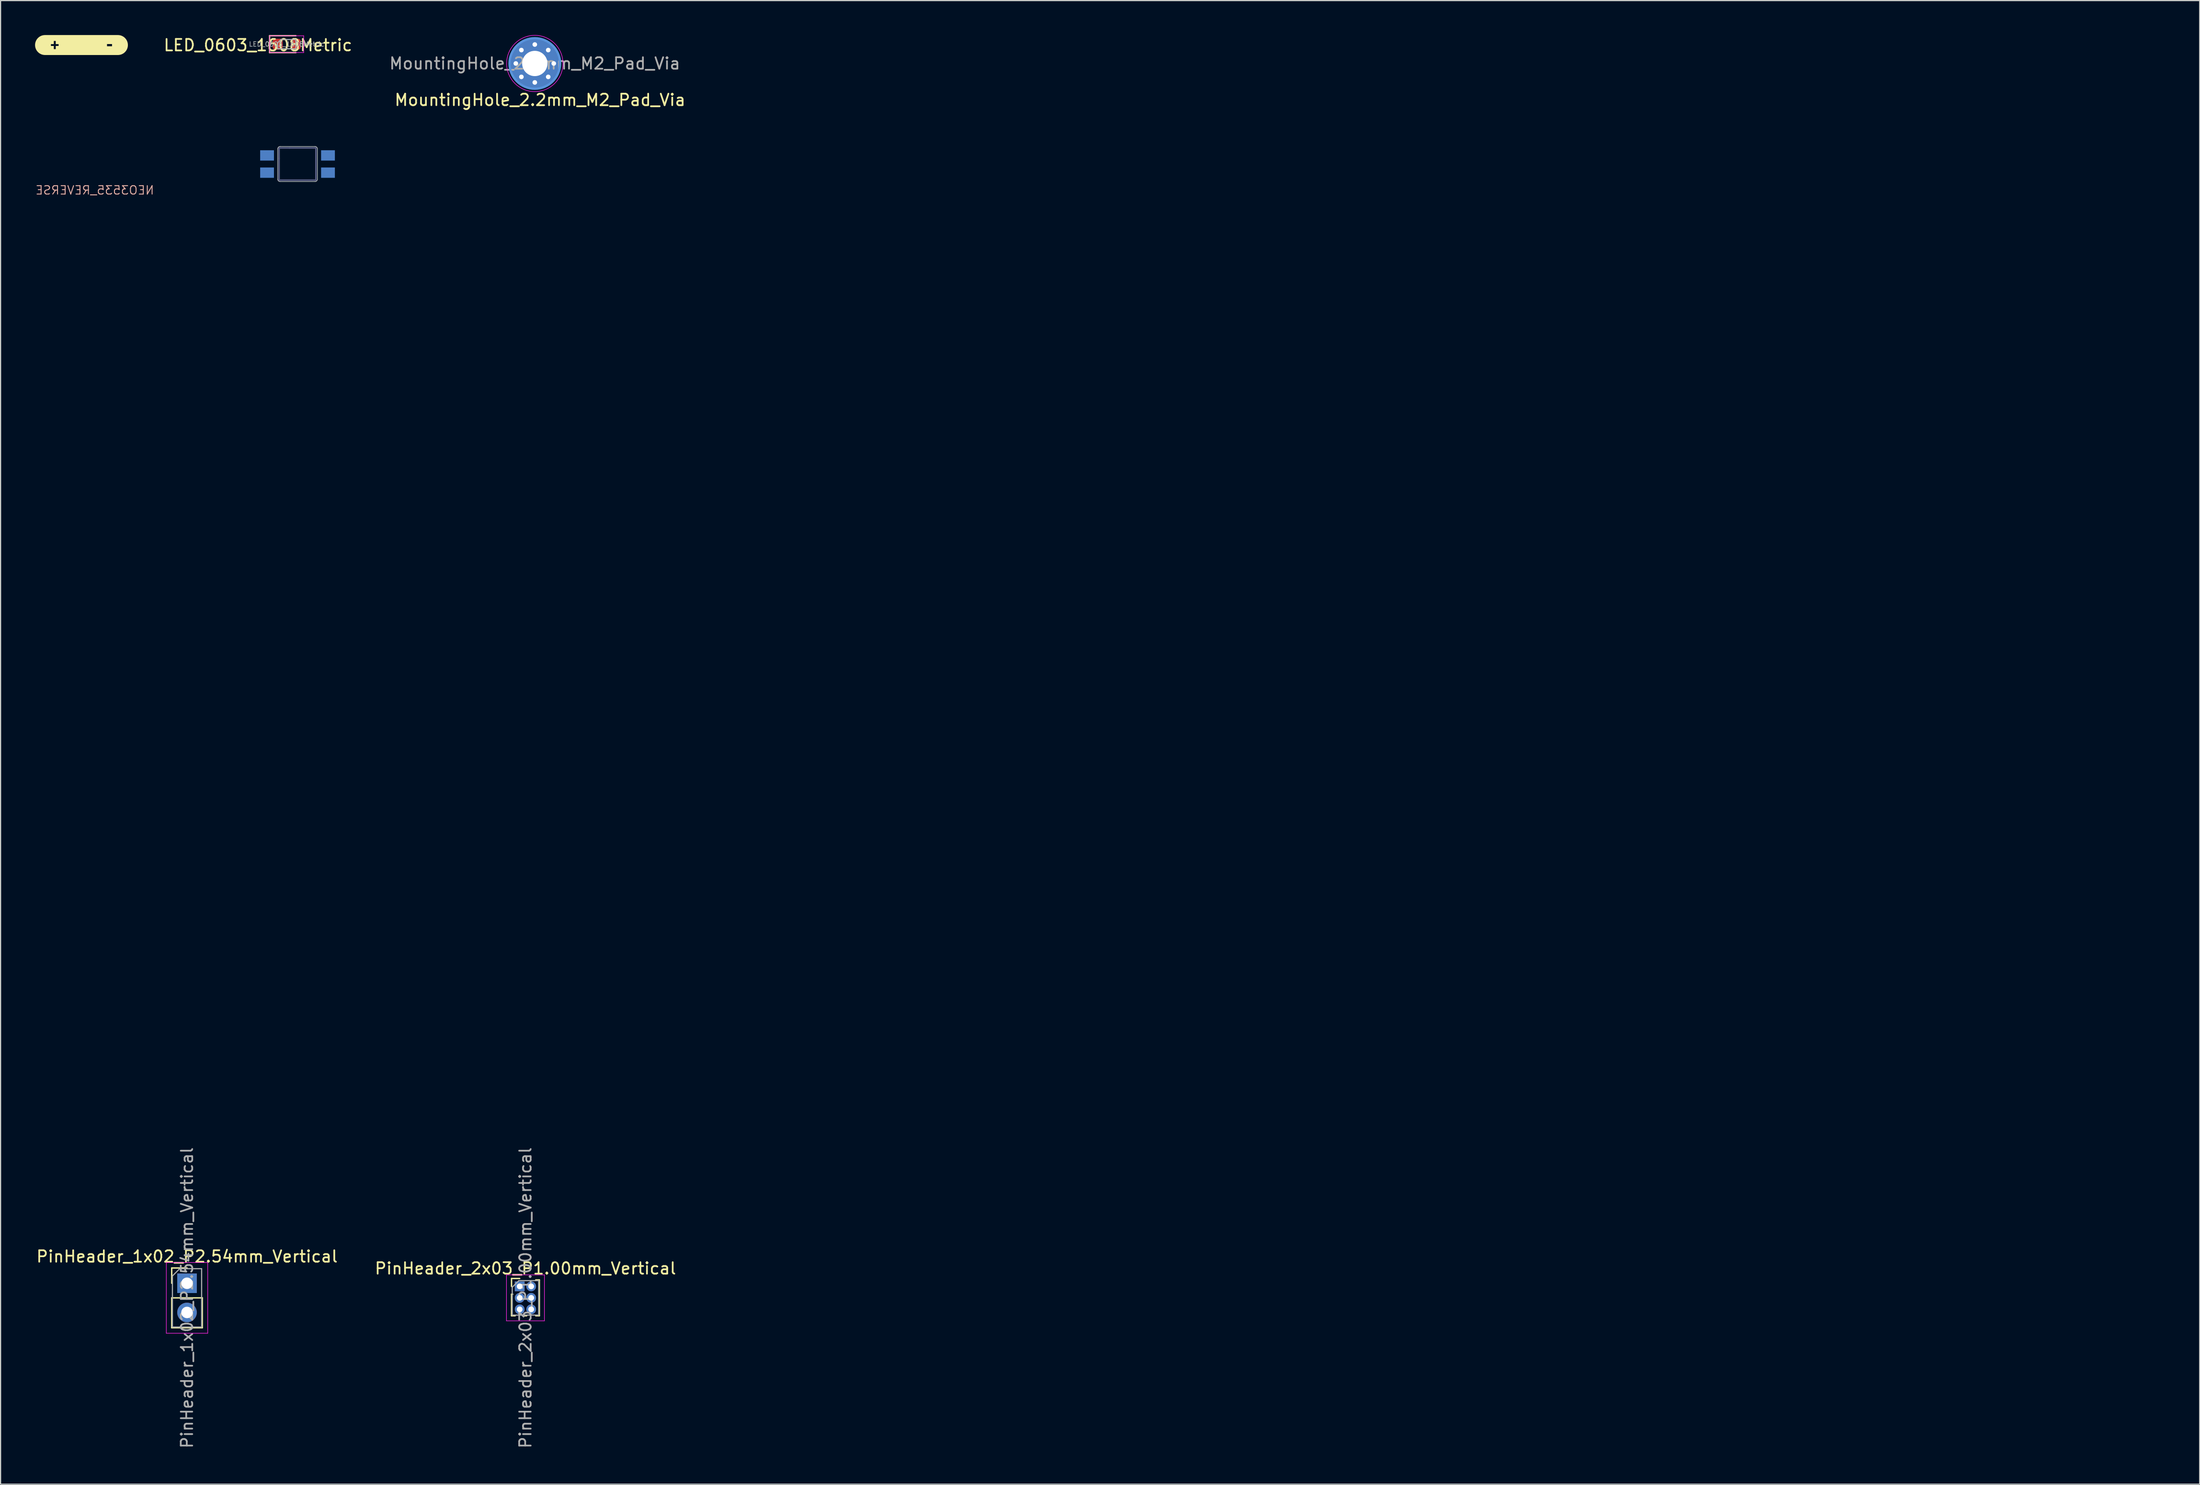
<source format=kicad_pcb>
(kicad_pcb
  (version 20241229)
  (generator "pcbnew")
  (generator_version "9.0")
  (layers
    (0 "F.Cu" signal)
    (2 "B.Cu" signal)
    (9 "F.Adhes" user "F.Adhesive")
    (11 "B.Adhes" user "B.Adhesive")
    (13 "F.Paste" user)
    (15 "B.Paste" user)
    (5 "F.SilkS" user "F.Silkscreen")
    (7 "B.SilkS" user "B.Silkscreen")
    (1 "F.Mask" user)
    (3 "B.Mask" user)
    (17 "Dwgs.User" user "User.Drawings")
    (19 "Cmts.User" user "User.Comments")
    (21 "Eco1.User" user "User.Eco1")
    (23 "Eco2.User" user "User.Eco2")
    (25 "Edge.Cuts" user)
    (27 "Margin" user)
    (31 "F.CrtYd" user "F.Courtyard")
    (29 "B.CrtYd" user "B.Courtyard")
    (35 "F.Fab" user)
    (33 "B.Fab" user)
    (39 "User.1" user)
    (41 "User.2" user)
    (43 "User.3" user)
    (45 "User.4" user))
  (footprint "PinHeader_1x02_P2.54mm_Vertical"
    (layer "F.Cu")
    (at 13.22 108.65)
    (property "Reference" "PinHeader_1x02_P2.54mm_Vertical" (at 0 -2.33 180) (layer "F.SilkS") (effects (font (size 1 1) (thickness 0.15))))
    (attr through_hole)
    (fp_line (start -1.33 -1.33) (end 0 -1.33) (stroke (width 0.12) (type solid)) (layer "F.SilkS"))
    (fp_line (start -1.33 0) (end -1.33 -1.33) (stroke (width 0.12) (type solid)) (layer "F.SilkS"))
    (fp_line (start -1.33 1.27) (end -1.33 3.87) (stroke (width 0.12) (type solid)) (layer "F.SilkS"))
    (fp_line (start -1.33 1.27) (end 1.33 1.27) (stroke (width 0.12) (type solid)) (layer "F.SilkS"))
    (fp_line (start -1.33 3.87) (end 1.33 3.87) (stroke (width 0.12) (type solid)) (layer "F.SilkS"))
    (fp_line (start 1.33 1.27) (end 1.33 3.87) (stroke (width 0.12) (type solid)) (layer "F.SilkS"))
    (fp_line (start -1.8 -1.8) (end -1.8 4.35) (stroke (width 0.05) (type solid)) (layer "F.CrtYd"))
    (fp_line (start -1.8 4.35) (end 1.8 4.35) (stroke (width 0.05) (type solid)) (layer "F.CrtYd"))
    (fp_line (start 1.8 -1.8) (end -1.8 -1.8) (stroke (width 0.05) (type solid)) (layer "F.CrtYd"))
    (fp_line (start 1.8 4.35) (end 1.8 -1.8) (stroke (width 0.05) (type solid)) (layer "F.CrtYd"))
    (fp_line (start -1.27 -0.635) (end -0.635 -1.27) (stroke (width 0.1) (type solid)) (layer "F.Fab"))
    (fp_line (start -1.27 3.81) (end -1.27 -0.635) (stroke (width 0.1) (type solid)) (layer "F.Fab"))
    (fp_line (start -0.635 -1.27) (end 1.27 -1.27) (stroke (width 0.1) (type solid)) (layer "F.Fab"))
    (fp_line (start 1.27 -1.27) (end 1.27 3.81) (stroke (width 0.1) (type solid)) (layer "F.Fab"))
    (fp_line (start 1.27 3.81) (end -1.27 3.81) (stroke (width 0.1) (type solid)) (layer "F.Fab"))
    (fp_text user "${REFERENCE}" (at 0 1.27 270) (layer "F.Fab") (effects (font (size 1 1) (thickness 0.15))))
    (pad "1" thru_hole rect (at 0 0) (size 1.7 1.7) (drill 1) (layers "*.Cu" "*.Mask"))
    (pad "2" thru_hole oval (at 0 2.54) (size 1.7 1.7) (drill 1) (layers "*.Cu" "*.Mask")))
  (footprint "PinHeader_2x03_P1.00mm_Vertical"
    (layer "F.Cu")
    (at 42.161 108.92)
    (property "Reference" "PinHeader_2x03_P1.00mm_Vertical" (at 0.5 -1.56 0) (layer "F.SilkS") (effects (font (size 1 1) (thickness 0.15))))
    (attr through_hole)
    (fp_line (start -0.71 -0.685) (end 0 -0.685) (stroke (width 0.12) (type solid)) (layer "F.SilkS"))
    (fp_line (start -0.71 0) (end -0.71 -0.685) (stroke (width 0.12) (type solid)) (layer "F.SilkS"))
    (fp_line (start -0.71 0.685) (end -0.71 2.56) (stroke (width 0.12) (type solid)) (layer "F.SilkS"))
    (fp_line (start -0.71 0.685) (end -0.608 0.685) (stroke (width 0.12) (type solid)) (layer "F.SilkS"))
    (fp_line (start -0.71 2.56) (end -0.394 2.56) (stroke (width 0.12) (type solid)) (layer "F.SilkS"))
    (fp_line (start 0.394 2.56) (end 0.606 2.56) (stroke (width 0.12) (type solid)) (layer "F.SilkS"))
    (fp_line (start 1.394 -0.56) (end 1.71 -0.56) (stroke (width 0.12) (type solid)) (layer "F.SilkS"))
    (fp_line (start 1.394 2.56) (end 1.71 2.56) (stroke (width 0.12) (type solid)) (layer "F.SilkS"))
    (fp_line (start 1.71 -0.56) (end 1.71 2.56) (stroke (width 0.12) (type solid)) (layer "F.SilkS"))
    (fp_line (start -1.15 -1) (end -1.15 3) (stroke (width 0.05) (type solid)) (layer "F.CrtYd"))
    (fp_line (start -1.15 3) (end 2.15 3) (stroke (width 0.05) (type solid)) (layer "F.CrtYd"))
    (fp_line (start 2.15 -1) (end -1.15 -1) (stroke (width 0.05) (type solid)) (layer "F.CrtYd"))
    (fp_line (start 2.15 3) (end 2.15 -1) (stroke (width 0.05) (type solid)) (layer "F.CrtYd"))
    (fp_line (start -0.65 0.075) (end -0.075 -0.5) (stroke (width 0.1) (type solid)) (layer "F.Fab"))
    (fp_line (start -0.65 2.5) (end -0.65 0.075) (stroke (width 0.1) (type solid)) (layer "F.Fab"))
    (fp_line (start -0.075 -0.5) (end 1.65 -0.5) (stroke (width 0.1) (type solid)) (layer "F.Fab"))
    (fp_line (start 1.65 -0.5) (end 1.65 2.5) (stroke (width 0.1) (type solid)) (layer "F.Fab"))
    (fp_line (start 1.65 2.5) (end -0.65 2.5) (stroke (width 0.1) (type solid)) (layer "F.Fab"))
    (fp_text user "${REFERENCE}" (at 0.5 1 90) (layer "F.Fab") (effects (font (size 1 1) (thickness 0.15))))
    (pad "1" thru_hole rect (at 0 0) (size 0.85 0.85) (drill 0.5) (layers "*.Cu" "*.Mask"))
    (pad "2" thru_hole oval (at 1 0) (size 0.85 0.85) (drill 0.5) (layers "*.Cu" "*.Mask"))
    (pad "3" thru_hole oval (at 0 1) (size 0.85 0.85) (drill 0.5) (layers "*.Cu" "*.Mask"))
    (pad "4" thru_hole oval (at 1 1) (size 0.85 0.85) (drill 0.5) (layers "*.Cu" "*.Mask"))
    (pad "5" thru_hole oval (at 0 2) (size 0.85 0.85) (drill 0.5) (layers "*.Cu" "*.Mask"))
    (pad "6" thru_hole oval (at 1 2) (size 0.85 0.85) (drill 0.5) (layers "*.Cu" "*.Mask")))
  (footprint "NEO3535_REVERSE"
    (layer "F.Cu")
    (at 22.833 11.228)
    (property "Reference" "NEO3535_REVERSE" (at -12.424 2.708 0) (layer "B.SilkS") (effects (font (size 0.732 0.732) (thickness 0.081)) (justify left bottom mirror)))
    (fp_line (start -1.72 -1.325) (end -1.72 1.325) (stroke (width 0.05) (type solid)) (layer "Edge.Cuts"))
    (fp_line (start -1.52 1.525) (end 1.53 1.525) (stroke (width 0.05) (type solid)) (layer "Edge.Cuts"))
    (fp_line (start 1.53 -1.525) (end -1.52 -1.525) (stroke (width 0.05) (type solid)) (layer "Edge.Cuts"))
    (fp_line (start 1.73 1.325) (end 1.73 -1.325) (stroke (width 0.05) (type solid)) (layer "Edge.Cuts"))
    (fp_arc (start -1.72 -1.325) (mid -1.661421 -1.466421) (end -1.52 -1.525) (stroke (width 0.05) (type solid)) (layer "Edge.Cuts"))
    (fp_arc (start -1.52 1.525) (mid -1.661421 1.466421) (end -1.72 1.325) (stroke (width 0.05) (type solid)) (layer "Edge.Cuts"))
    (fp_arc (start 1.53 -1.525) (mid 1.671421 -1.466421) (end 1.73 -1.325) (stroke (width 0.05) (type solid)) (layer "Edge.Cuts"))
    (fp_arc (start 1.73 1.325) (mid 1.671421 1.466421) (end 1.53 1.525) (stroke (width 0.05) (type solid)) (layer "Edge.Cuts"))
    (fp_line (start -1.6 -1.4) (end -0.7 -1.4) (stroke (width 0.127) (type solid)) (layer "B.Fab"))
    (fp_line (start -1.6 -0.5) (end -1.6 -1.4) (stroke (width 0.127) (type solid)) (layer "B.Fab"))
    (fp_line (start -1.6 1.4) (end -1.6 -0.5) (stroke (width 0.127) (type solid)) (layer "B.Fab"))
    (fp_line (start -0.7 -1.4) (end 1.6 -1.4) (stroke (width 0.127) (type solid)) (layer "B.Fab"))
    (fp_line (start 1.6 -1.4) (end 1.6 1.4) (stroke (width 0.127) (type solid)) (layer "B.Fab"))
    (fp_line (start 1.6 1.4) (end -1.6 1.4) (stroke (width 0.127) (type solid)) (layer "B.Fab"))
    (pad "1-VDD" smd rect (at 2.65 0.75) (size 1.2 0.9) (layers "B.Cu" "B.Mask" "B.Paste"))
    (pad "2-DOUT" smd rect (at 2.65 -0.75) (size 1.2 0.9) (layers "B.Cu" "B.Mask" "B.Paste"))
    (pad "3-GND" smd rect (at -2.65 -0.75) (size 1.2 0.9) (layers "B.Cu" "B.Mask" "B.Paste"))
    (pad "4-DIN" smd rect (at -2.65 0.75) (size 1.2 0.9) (layers "B.Cu" "B.Mask" "B.Paste"))
    (zone (net_name "") (layer "F.Cu") (hatch edge 0.508) (connect_pads) (min_thickness 0.254) (filled_areas_thickness no) (keepout (tracks not_allowed) (vias not_allowed) (pads not_allowed) (copperpour not_allowed) (footprints allowed)) (placement (enabled no)) (fill) (polygon (pts (xy 181.512 93.7) (xy 185.312 93.7) (xy 185.312 90.3) (xy 181.512 90.3))))
    (zone (net_name "") (layers "F.Cu" "F.Mask" "B.Cu" "B.Mask") (name "cutout") (hatch edge 0.508) (connect_pads) (min_thickness 0.254) (filled_areas_thickness no) (keepout (tracks not_allowed) (vias not_allowed) (pads not_allowed) (copperpour not_allowed) (footprints allowed)) (placement (enabled no)) (fill (island_removal_mode 2) (island_area_min 10)) (polygon (pts (xy 20.973 9.498) (xy 24.623 9.498) (xy 24.623 13.028) (xy 20.883 13.028))))
    (zone (net_name "") (layer "B.Cu") (hatch edge 0.508) (connect_pads) (min_thickness 0.254) (filled_areas_thickness no) (keepout (tracks not_allowed) (vias not_allowed) (pads not_allowed) (copperpour not_allowed) (footprints allowed)) (placement (enabled no)) (fill) (polygon (pts (xy 181.512 93.7) (xy 185.312 93.7) (xy 185.312 90.3) (xy 181.512 90.3)))))
  (footprint "LED_0603_1608Metric"
    (layer "F.Cu")
    (at 21.889 0.795)
    (property "Reference" "LED_0603_1608Metric" (at -2.497 0.09 0) (layer "F.SilkS") (effects (font (size 1 1) (thickness 0.15))))
    (attr smd)
    (fp_line (start -1.485 -0.735) (end -1.485 0.735) (stroke (width 0.12) (type solid)) (layer "F.SilkS"))
    (fp_line (start -1.485 0.735) (end 0.8 0.735) (stroke (width 0.12) (type solid)) (layer "F.SilkS"))
    (fp_line (start 0.8 -0.735) (end -1.485 -0.735) (stroke (width 0.12) (type solid)) (layer "F.SilkS"))
    (fp_line (start -1.48 -0.73) (end 1.48 -0.73) (stroke (width 0.05) (type solid)) (layer "F.CrtYd"))
    (fp_line (start -1.48 0.73) (end -1.48 -0.73) (stroke (width 0.05) (type solid)) (layer "F.CrtYd"))
    (fp_line (start 1.48 -0.73) (end 1.48 0.73) (stroke (width 0.05) (type solid)) (layer "F.CrtYd"))
    (fp_line (start 1.48 0.73) (end -1.48 0.73) (stroke (width 0.05) (type solid)) (layer "F.CrtYd"))
    (fp_line (start -0.8 -0.1) (end -0.8 0.4) (stroke (width 0.1) (type solid)) (layer "F.Fab"))
    (fp_line (start -0.8 0.4) (end 0.8 0.4) (stroke (width 0.1) (type solid)) (layer "F.Fab"))
    (fp_line (start -0.5 -0.4) (end -0.8 -0.1) (stroke (width 0.1) (type solid)) (layer "F.Fab"))
    (fp_line (start 0.8 -0.4) (end -0.5 -0.4) (stroke (width 0.1) (type solid)) (layer "F.Fab"))
    (fp_line (start 0.8 0.4) (end 0.8 -0.4) (stroke (width 0.1) (type solid)) (layer "F.Fab"))
    (fp_text user "${REFERENCE}" (at 0 0 0) (layer "F.Fab") (effects (font (size 0.4 0.4) (thickness 0.06))))
    (pad "1" smd roundrect (at -0.787 0) (size 0.875 0.95) (layers "F.Cu" "F.Mask" "F.Paste") (roundrect_rratio 0.25))
    (pad "2" smd roundrect (at 0.787 0) (size 0.875 0.95) (layers "F.Cu" "F.Mask" "F.Paste") (roundrect_rratio 0.25)))
  (footprint "MountingHole_2.2mm_M2_Pad_Via"
    (layer "F.Cu")
    (at 43.475 2.475)
    (property "Reference" "MountingHole_2.2mm_M2_Pad_Via" (at 0.457 3.175 0) (layer "F.SilkS") (effects (font (size 1 1) (thickness 0.15))))
    (attr exclude_from_pos_files)
    (fp_circle (center 0 0) (end 2.2 0) (stroke (width 0.2) (type solid)) (fill no) (layer "Cmts.User"))
    (fp_circle (center 0 0) (end 2.45 0) (stroke (width 0.05) (type solid)) (fill no) (layer "F.CrtYd"))
    (fp_text user "${REFERENCE}" (at 0 0 180) (layer "F.Fab") (effects (font (size 1 1) (thickness 0.15))))
    (pad "1" thru_hole circle (at -1.65 0) (size 0.7 0.7) (drill 0.4) (layers "*.Cu" "*.Mask"))
    (pad "1" thru_hole circle (at -1.167 -1.167) (size 0.7 0.7) (drill 0.4) (layers "*.Cu" "*.Mask"))
    (pad "1" thru_hole circle (at -1.167 1.167) (size 0.7 0.7) (drill 0.4) (layers "*.Cu" "*.Mask"))
    (pad "1" thru_hole circle (at 0 -1.65) (size 0.7 0.7) (drill 0.4) (layers "*.Cu" "*.Mask"))
    (pad "1" thru_hole circle (at 0 0) (size 4.4 4.4) (drill 2.2) (layers "*.Cu" "*.Mask"))
    (pad "1" thru_hole circle (at 0 1.65) (size 0.7 0.7) (drill 0.4) (layers "*.Cu" "*.Mask"))
    (pad "1" thru_hole circle (at 1.167 -1.167) (size 0.7 0.7) (drill 0.4) (layers "*.Cu" "*.Mask"))
    (pad "1" thru_hole circle (at 1.167 1.167) (size 0.7 0.7) (drill 0.4) (layers "*.Cu" "*.Mask"))
    (pad "1" thru_hole circle (at 1.65 0) (size 0.7 0.7) (drill 0.4) (layers "*.Cu" "*.Mask")))
  (footprint "kibuzzard-6380080C"
    (layer "F.Cu")
    (at 4.038 0.87)
    (property "Reference" "kibuzzard-6380080C" (at 0 -0.87 180) (layer "F.SilkS") (effects (font (size 0.001 0.001) (thickness 0.000003))))
    (attr board_only exclude_from_pos_files exclude_from_bom)
    (fp_poly (pts (xy -2.657 -0.869) (xy -2.657 -0.08) (xy -2.407 -0.08) (xy -2.407 -0.356) (xy -2.239 -0.356) (xy -2.239 -0.08) (xy -1.99 -0.08) (xy 2.222 -0.087) (xy 2.657 -0.087) (xy 2.657 0.106) (xy 2.222 0.106) (xy 2.222 -0.087) (xy -1.99 -0.08) (xy -1.99 0.08) (xy -2.239 0.08) (xy -2.239 0.356) (xy -2.407 0.356) (xy -2.407 0.08) (xy -2.657 0.08) (xy -2.657 -0.08) (xy -2.657 -0.869) (xy -3.169 -0.869) (xy -3.254 -0.865) (xy -3.339 -0.852) (xy -3.422 -0.832) (xy -3.502 -0.803) (xy -3.579 -0.766) (xy -3.652 -0.723) (xy -3.721 -0.672) (xy -3.784 -0.614) (xy -3.841 -0.551) (xy -3.892 -0.483) (xy -3.936 -0.41) (xy -3.972 -0.333) (xy -4.001 -0.252) (xy -4.022 -0.17) (xy -4.034 -0.085) (xy -4.038 0) (xy -4.034 0.085) (xy -4.022 0.17) (xy -4.001 0.252) (xy -3.972 0.333) (xy -3.936 0.41) (xy -3.892 0.483) (xy -3.841 0.551) (xy -3.784 0.614) (xy -3.721 0.672) (xy -3.652 0.723) (xy -3.579 0.766) (xy -3.502 0.803) (xy -3.422 0.832) (xy -3.339 0.852) (xy -3.254 0.865) (xy -3.169 0.869) (xy -2.657 0.869) (xy 2.657 0.869) (xy 3.169 0.869) (xy 3.254 0.865) (xy 3.339 0.852) (xy 3.422 0.832) (xy 3.502 0.803) (xy 3.579 0.766) (xy 3.652 0.723) (xy 3.721 0.672) (xy 3.784 0.614) (xy 3.841 0.551) (xy 3.892 0.483) (xy 3.936 0.41) (xy 3.972 0.333) (xy 4.001 0.252) (xy 4.022 0.17) (xy 4.034 0.085) (xy 4.038 0) (xy 4.034 -0.085) (xy 4.022 -0.17) (xy 4.001 -0.252) (xy 3.972 -0.333) (xy 3.936 -0.41) (xy 3.892 -0.483) (xy 3.841 -0.551) (xy 3.784 -0.614) (xy 3.721 -0.672) (xy 3.652 -0.723) (xy 3.579 -0.766) (xy 3.502 -0.803) (xy 3.422 -0.832) (xy 3.339 -0.852) (xy 3.254 -0.865) (xy 3.169 -0.869) (xy 2.657 -0.869) (xy -2.657 -0.869)) (stroke (width 0) (type solid)) (fill yes) (layer "F.SilkS")))
  (gr_rect
    (start -3 -3)
    (end 188.312 126.141)
    (stroke (width 0.1) (type default))
    (fill no)
    (layer "Edge.Cuts")))
</source>
